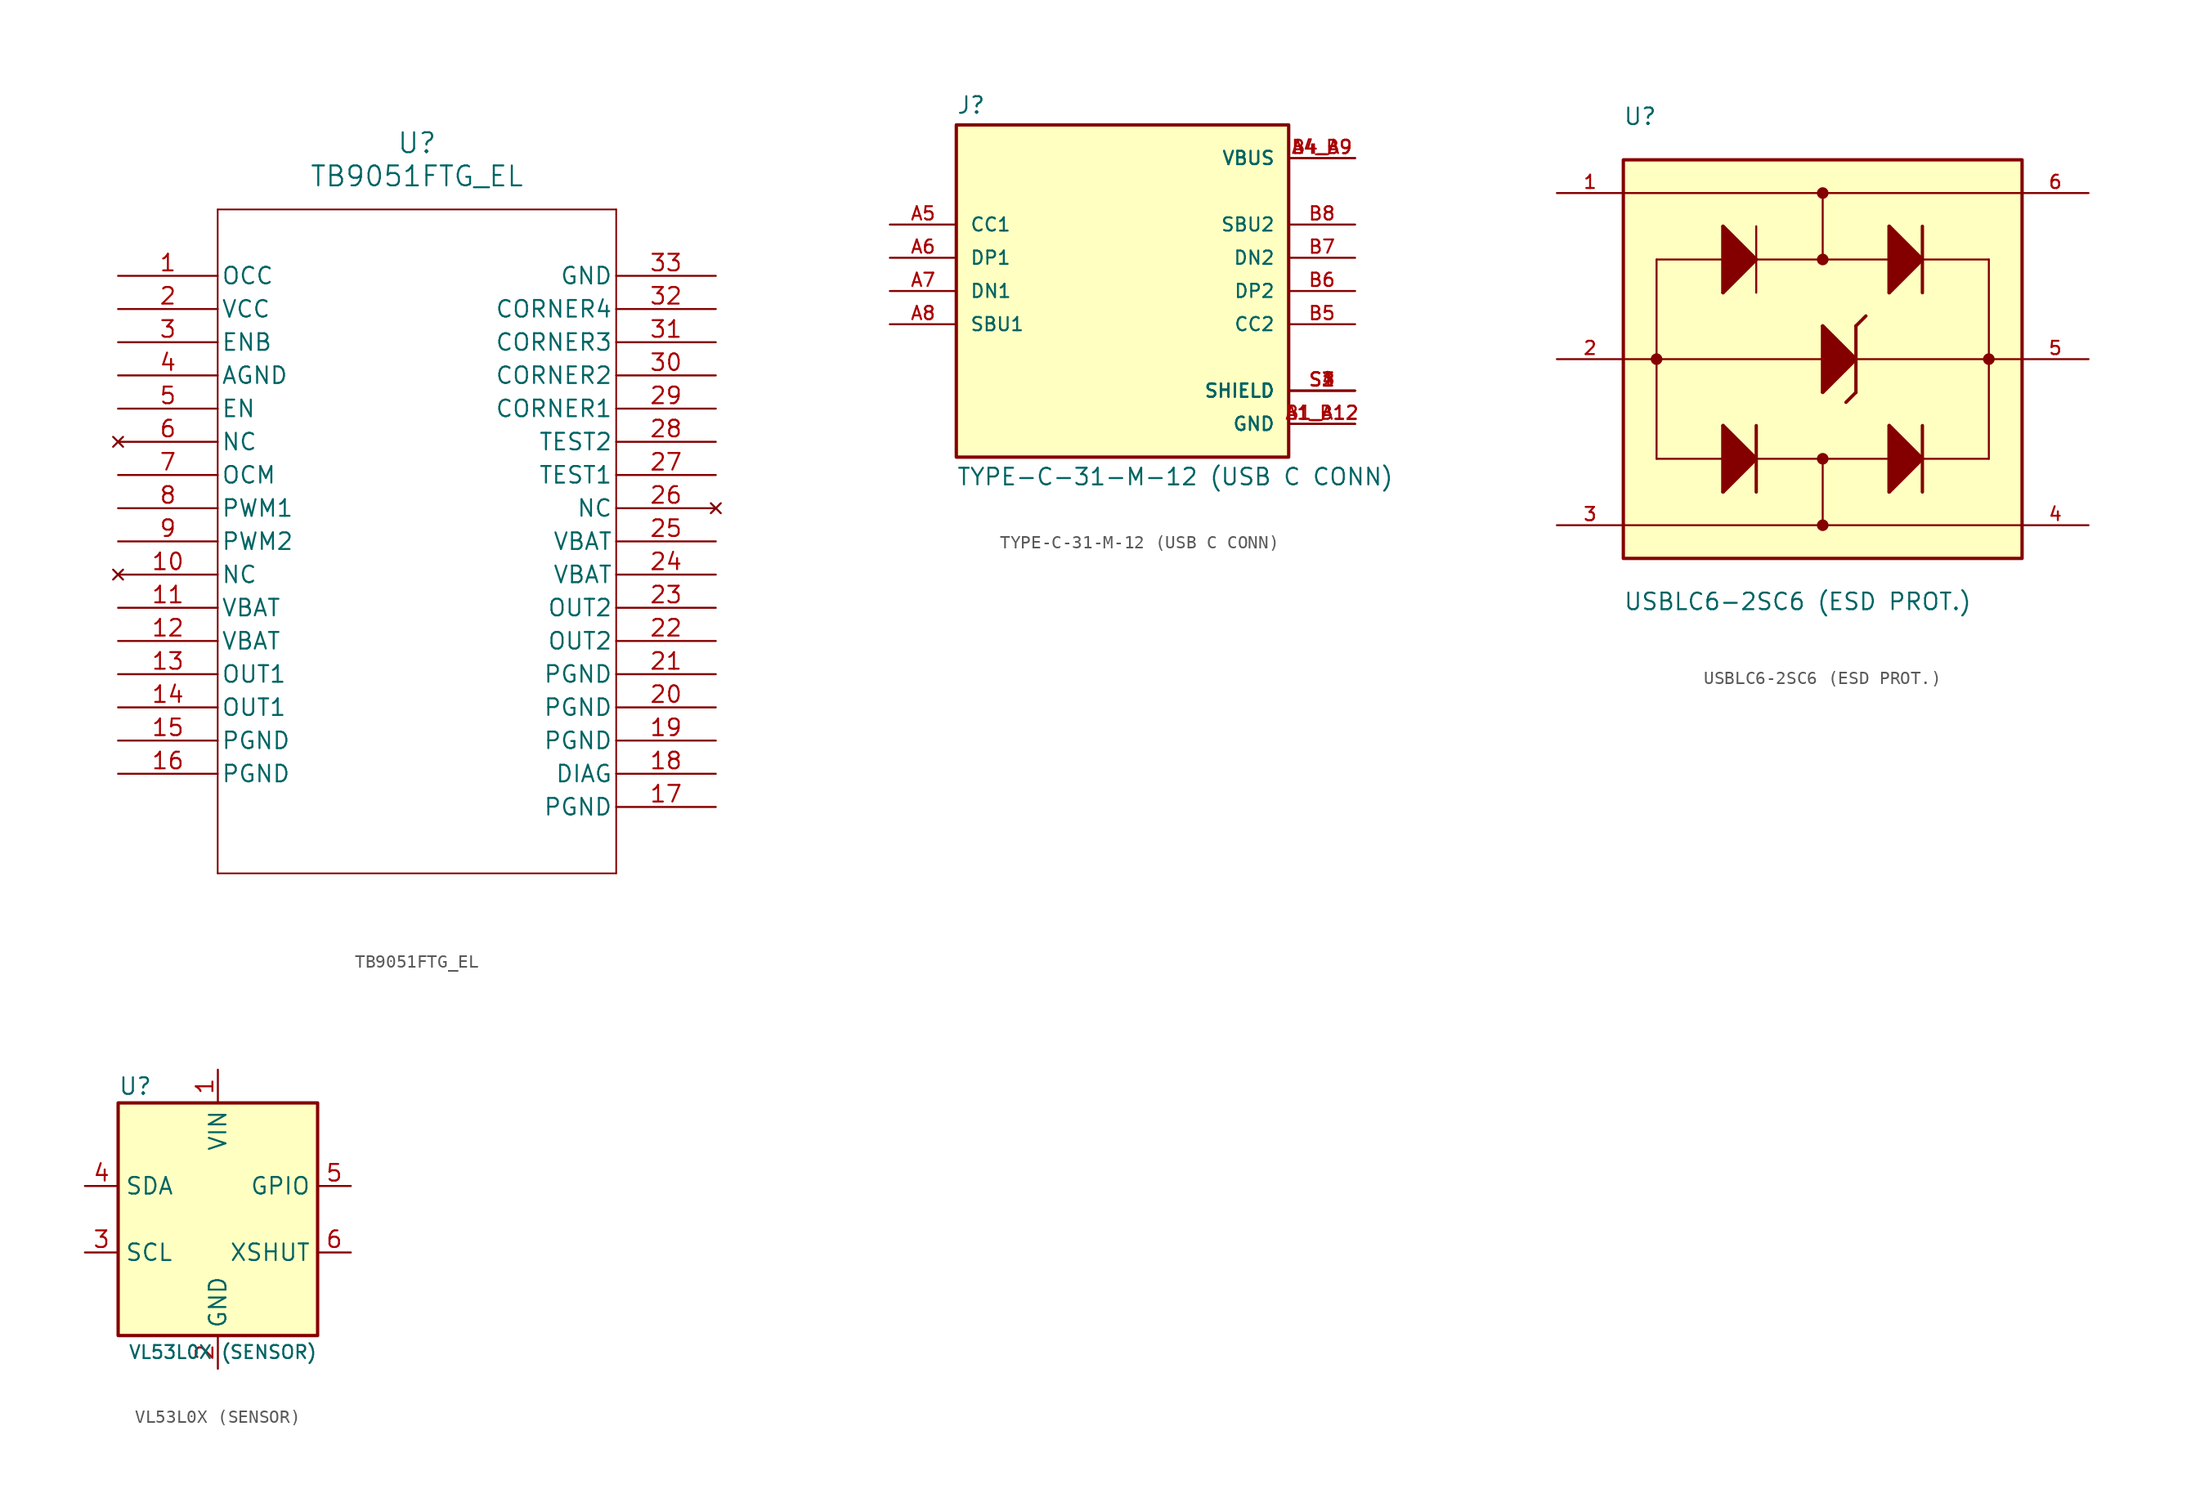
<source format=kicad_sym>
(kicad_symbol_lib
  (version 20220914)
  (generator kicad_symbol_editor)
  (symbol "TB9051FTG_EL"
    (pin_names
      (offset 0.254))
    (property "Reference" "U"
      (at 22.86 10.16 0)
      (effects (font (size 1.524 1.524))))
    (property "Value" "TB9051FTG_EL"
      (at 22.86 7.62 0)
      (effects (font (size 1.524 1.524))))
    (property "ki_locked" ""
      (at 0 0 0)
      (effects (font (size 1.27 1.27))))
    (symbol "TB9051FTG_EL_0_1"
      (polyline (pts (xy 7.62 -45.72) (xy 38.1 -45.72)) (stroke (width 0.127) (type default)) (fill (type none)))
      (polyline (pts (xy 7.62 5.08) (xy 7.62 -45.72)) (stroke (width 0.127) (type default)) (fill (type none)))
      (polyline (pts (xy 38.1 -45.72) (xy 38.1 5.08)) (stroke (width 0.127) (type default)) (fill (type none)))
      (polyline (pts (xy 38.1 5.08) (xy 7.62 5.08)) (stroke (width 0.127) (type default)) (fill (type none)))
      (pin unspecified line (at 0 0 0) (length 7.62) (name "OCC" (effects (font (size 1.27 1.27)))) (number "1" (effects (font (size 1.27 1.27)))))
      (pin no_connect line (at 0 -22.86 0) (length 7.62) (name "NC" (effects (font (size 1.27 1.27)))) (number "10" (effects (font (size 1.27 1.27)))))
      (pin unspecified line (at 0 -25.4 0) (length 7.62) (name "VBAT" (effects (font (size 1.27 1.27)))) (number "11" (effects (font (size 1.27 1.27)))))
      (pin unspecified line (at 0 -27.94 0) (length 7.62) (name "VBAT" (effects (font (size 1.27 1.27)))) (number "12" (effects (font (size 1.27 1.27)))))
      (pin output line (at 0 -30.48 0) (length 7.62) (name "OUT1" (effects (font (size 1.27 1.27)))) (number "13" (effects (font (size 1.27 1.27)))))
      (pin output line (at 0 -33.02 0) (length 7.62) (name "OUT1" (effects (font (size 1.27 1.27)))) (number "14" (effects (font (size 1.27 1.27)))))
      (pin power_out line (at 0 -35.56 0) (length 7.62) (name "PGND" (effects (font (size 1.27 1.27)))) (number "15" (effects (font (size 1.27 1.27)))))
      (pin power_out line (at 0 -38.1 0) (length 7.62) (name "PGND" (effects (font (size 1.27 1.27)))) (number "16" (effects (font (size 1.27 1.27)))))
      (pin power_out line (at 45.72 -40.64 180) (length 7.62) (name "PGND" (effects (font (size 1.27 1.27)))) (number "17" (effects (font (size 1.27 1.27)))))
      (pin unspecified line (at 45.72 -38.1 180) (length 7.62) (name "DIAG" (effects (font (size 1.27 1.27)))) (number "18" (effects (font (size 1.27 1.27)))))
      (pin power_out line (at 45.72 -35.56 180) (length 7.62) (name "PGND" (effects (font (size 1.27 1.27)))) (number "19" (effects (font (size 1.27 1.27)))))
      (pin power_in line (at 0 -2.54 0) (length 7.62) (name "VCC" (effects (font (size 1.27 1.27)))) (number "2" (effects (font (size 1.27 1.27)))))
      (pin power_out line (at 45.72 -33.02 180) (length 7.62) (name "PGND" (effects (font (size 1.27 1.27)))) (number "20" (effects (font (size 1.27 1.27)))))
      (pin power_out line (at 45.72 -30.48 180) (length 7.62) (name "PGND" (effects (font (size 1.27 1.27)))) (number "21" (effects (font (size 1.27 1.27)))))
      (pin output line (at 45.72 -27.94 180) (length 7.62) (name "OUT2" (effects (font (size 1.27 1.27)))) (number "22" (effects (font (size 1.27 1.27)))))
      (pin output line (at 45.72 -25.4 180) (length 7.62) (name "OUT2" (effects (font (size 1.27 1.27)))) (number "23" (effects (font (size 1.27 1.27)))))
      (pin unspecified line (at 45.72 -22.86 180) (length 7.62) (name "VBAT" (effects (font (size 1.27 1.27)))) (number "24" (effects (font (size 1.27 1.27)))))
      (pin unspecified line (at 45.72 -20.32 180) (length 7.62) (name "VBAT" (effects (font (size 1.27 1.27)))) (number "25" (effects (font (size 1.27 1.27)))))
      (pin no_connect line (at 45.72 -17.78 180) (length 7.62) (name "NC" (effects (font (size 1.27 1.27)))) (number "26" (effects (font (size 1.27 1.27)))))
      (pin bidirectional line (at 45.72 -15.24 180) (length 7.62) (name "TEST1" (effects (font (size 1.27 1.27)))) (number "27" (effects (font (size 1.27 1.27)))))
      (pin bidirectional line (at 45.72 -12.7 180) (length 7.62) (name "TEST2" (effects (font (size 1.27 1.27)))) (number "28" (effects (font (size 1.27 1.27)))))
      (pin power_out line (at 45.72 -10.16 180) (length 7.62) (name "CORNER1" (effects (font (size 1.27 1.27)))) (number "29" (effects (font (size 1.27 1.27)))))
      (pin unspecified line (at 0 -5.08 0) (length 7.62) (name "ENB" (effects (font (size 1.27 1.27)))) (number "3" (effects (font (size 1.27 1.27)))))
      (pin power_out line (at 45.72 -7.62 180) (length 7.62) (name "CORNER2" (effects (font (size 1.27 1.27)))) (number "30" (effects (font (size 1.27 1.27)))))
      (pin power_out line (at 45.72 -5.08 180) (length 7.62) (name "CORNER3" (effects (font (size 1.27 1.27)))) (number "31" (effects (font (size 1.27 1.27)))))
      (pin power_out line (at 45.72 -2.54 180) (length 7.62) (name "CORNER4" (effects (font (size 1.27 1.27)))) (number "32" (effects (font (size 1.27 1.27)))))
      (pin power_out line (at 45.72 0 180) (length 7.62) (name "GND" (effects (font (size 1.27 1.27)))) (number "33" (effects (font (size 1.27 1.27)))))
      (pin power_out line (at 0 -7.62 0) (length 7.62) (name "AGND" (effects (font (size 1.27 1.27)))) (number "4" (effects (font (size 1.27 1.27)))))
      (pin unspecified line (at 0 -10.16 0) (length 7.62) (name "EN" (effects (font (size 1.27 1.27)))) (number "5" (effects (font (size 1.27 1.27)))))
      (pin no_connect line (at 0 -12.7 0) (length 7.62) (name "NC" (effects (font (size 1.27 1.27)))) (number "6" (effects (font (size 1.27 1.27)))))
      (pin unspecified line (at 0 -15.24 0) (length 7.62) (name "OCM" (effects (font (size 1.27 1.27)))) (number "7" (effects (font (size 1.27 1.27)))))
      (pin bidirectional line (at 0 -17.78 0) (length 7.62) (name "PWM1" (effects (font (size 1.27 1.27)))) (number "8" (effects (font (size 1.27 1.27)))))
      (pin bidirectional line (at 0 -20.32 0) (length 7.62) (name "PWM2" (effects (font (size 1.27 1.27)))) (number "9" (effects (font (size 1.27 1.27)))))))
  (symbol "TYPE-C-31-M-12 (USB C CONN)"
    (pin_names
      (offset 1.016))
    (property "Reference" "J"
      (at -12.7 13.462 0)
      (effects (font (size 1.27 1.27)) (justify left bottom)))
    (property "Value" "TYPE-C-31-M-12 (USB C CONN)"
      (at -12.7 -13.462 0)
      (effects (font (size 1.27 1.27)) (justify left top)))
    (symbol "TYPE-C-31-M-12 (USB C CONN)_0_0"
      (rectangle (start -12.7 -12.7) (end 12.7 12.7) (stroke (width 0.254) (type default)) (fill (type background)))
      (pin power_in line (at 17.78 -10.16 180) (length 5.08) (name "GND" (effects (font (size 1.016 1.016)))) (number "A1_B12" (effects (font (size 1.016 1.016)))))
      (pin power_in line (at 17.78 10.16 180) (length 5.08) (name "VBUS" (effects (font (size 1.016 1.016)))) (number "A4_B9" (effects (font (size 1.016 1.016)))))
      (pin bidirectional line (at -17.78 5.08 0) (length 5.08) (name "CC1" (effects (font (size 1.016 1.016)))) (number "A5" (effects (font (size 1.016 1.016)))))
      (pin bidirectional line (at -17.78 2.54 0) (length 5.08) (name "DP1" (effects (font (size 1.016 1.016)))) (number "A6" (effects (font (size 1.016 1.016)))))
      (pin bidirectional line (at -17.78 0 0) (length 5.08) (name "DN1" (effects (font (size 1.016 1.016)))) (number "A7" (effects (font (size 1.016 1.016)))))
      (pin bidirectional line (at -17.78 -2.54 0) (length 5.08) (name "SBU1" (effects (font (size 1.016 1.016)))) (number "A8" (effects (font (size 1.016 1.016)))))
      (pin power_in line (at 17.78 -10.16 180) (length 5.08) (name "GND" (effects (font (size 1.016 1.016)))) (number "B1_A12" (effects (font (size 1.016 1.016)))))
      (pin power_in line (at 17.78 10.16 180) (length 5.08) (name "VBUS" (effects (font (size 1.016 1.016)))) (number "B4_A9" (effects (font (size 1.016 1.016)))))
      (pin bidirectional line (at 17.78 -2.54 180) (length 5.08) (name "CC2" (effects (font (size 1.016 1.016)))) (number "B5" (effects (font (size 1.016 1.016)))))
      (pin bidirectional line (at 17.78 0 180) (length 5.08) (name "DP2" (effects (font (size 1.016 1.016)))) (number "B6" (effects (font (size 1.016 1.016)))))
      (pin bidirectional line (at 17.78 2.54 180) (length 5.08) (name "DN2" (effects (font (size 1.016 1.016)))) (number "B7" (effects (font (size 1.016 1.016)))))
      (pin bidirectional line (at 17.78 5.08 180) (length 5.08) (name "SBU2" (effects (font (size 1.016 1.016)))) (number "B8" (effects (font (size 1.016 1.016)))))
      (pin passive line (at 17.78 -7.62 180) (length 5.08) (name "SHIELD" (effects (font (size 1.016 1.016)))) (number "S1" (effects (font (size 1.016 1.016)))))
      (pin passive line (at 17.78 -7.62 180) (length 5.08) (name "SHIELD" (effects (font (size 1.016 1.016)))) (number "S2" (effects (font (size 1.016 1.016)))))
      (pin passive line (at 17.78 -7.62 180) (length 5.08) (name "SHIELD" (effects (font (size 1.016 1.016)))) (number "S3" (effects (font (size 1.016 1.016)))))
      (pin passive line (at 17.78 -7.62 180) (length 5.08) (name "SHIELD" (effects (font (size 1.016 1.016)))) (number "S4" (effects (font (size 1.016 1.016)))))))
  (symbol "USBLC6-2SC6 (ESD PROT.)"
    (pin_names
      (offset 1.016))
    (property "Reference" "U"
      (at -15.269 17.809 0)
      (effects (font (size 1.27 1.27)) (justify left bottom)))
    (property "Value" "USBLC6-2SC6 (ESD PROT.)"
      (at -15.256 -17.796 0)
      (effects (font (size 1.27 1.27)) (justify left top)))
    (symbol "USBLC6-2SC6 (ESD PROT.)_0_0"
      (rectangle (start -15.24 -15.24) (end 15.24 15.24) (stroke (width 0.254) (type default)) (fill (type background)))
      (circle (center -12.7 0) (radius 0.254) (stroke (width 0.381) (type default)) (fill (type none)))
      (circle (center 0 -12.7) (radius 0.254) (stroke (width 0.381) (type default)) (fill (type none)))
      (circle (center 0 -7.62) (radius 0.254) (stroke (width 0.381) (type default)) (fill (type none)))
      (polyline (pts (xy -15.24 -12.7) (xy 0 -12.7)) (stroke (width 0.152) (type default)) (fill (type none)))
      (polyline (pts (xy -15.24 12.7) (xy 0 12.7)) (stroke (width 0.152) (type default)) (fill (type none)))
      (polyline (pts (xy -12.7 -7.62) (xy -7.62 -7.62)) (stroke (width 0.152) (type default)) (fill (type none)))
      (polyline (pts (xy -12.7 0) (xy -15.24 0)) (stroke (width 0.152) (type default)) (fill (type none)))
      (polyline (pts (xy -12.7 0) (xy -12.7 -7.62)) (stroke (width 0.152) (type default)) (fill (type none)))
      (polyline (pts (xy -12.7 0) (xy 0 0)) (stroke (width 0.152) (type default)) (fill (type none)))
      (polyline (pts (xy -12.7 7.62) (xy -12.7 0)) (stroke (width 0.152) (type default)) (fill (type none)))
      (polyline (pts (xy -12.7 7.62) (xy -7.62 7.62)) (stroke (width 0.152) (type default)) (fill (type none)))
      (polyline (pts (xy -7.62 -10.16) (xy -7.62 -7.62)) (stroke (width 0.254) (type default)) (fill (type none)))
      (polyline (pts (xy -7.62 -7.62) (xy -7.62 -5.08)) (stroke (width 0.254) (type default)) (fill (type none)))
      (polyline (pts (xy -7.62 -5.08) (xy -5.08 -7.62)) (stroke (width 0.254) (type default)) (fill (type none)))
      (polyline (pts (xy -7.62 5.08) (xy -7.62 7.62)) (stroke (width 0.254) (type default)) (fill (type none)))
      (polyline (pts (xy -7.62 7.62) (xy -7.62 10.16)) (stroke (width 0.254) (type default)) (fill (type none)))
      (polyline (pts (xy -7.62 10.16) (xy -5.08 7.62)) (stroke (width 0.254) (type default)) (fill (type none)))
      (polyline (pts (xy -5.08 -7.62) (xy -7.62 -10.16)) (stroke (width 0.254) (type default)) (fill (type none)))
      (polyline (pts (xy -5.08 -7.62) (xy -5.08 -10.16)) (stroke (width 0.254) (type default)) (fill (type none)))
      (polyline (pts (xy -5.08 -7.62) (xy 0 -7.62)) (stroke (width 0.152) (type default)) (fill (type none)))
      (polyline (pts (xy -5.08 -5.08) (xy -5.08 -7.62)) (stroke (width 0.254) (type default)) (fill (type none)))
      (polyline (pts (xy -5.08 7.62) (xy -7.62 5.08)) (stroke (width 0.254) (type default)) (fill (type none)))
      (polyline (pts (xy -5.08 7.62) (xy -5.08 5.08)) (stroke (width 0.152) (type default)) (fill (type none)))
      (polyline (pts (xy -5.08 7.62) (xy 0 7.62)) (stroke (width 0.152) (type default)) (fill (type none)))
      (polyline (pts (xy -5.08 10.16) (xy -5.08 7.62)) (stroke (width 0.152) (type default)) (fill (type none)))
      (polyline (pts (xy 0 -7.62) (xy 0 -12.7)) (stroke (width 0.152) (type default)) (fill (type none)))
      (polyline (pts (xy 0 -7.62) (xy 5.08 -7.62)) (stroke (width 0.152) (type default)) (fill (type none)))
      (polyline (pts (xy 0 -2.54) (xy 0 0)) (stroke (width 0.254) (type default)) (fill (type none)))
      (polyline (pts (xy 0 0) (xy 0 2.54)) (stroke (width 0.254) (type default)) (fill (type none)))
      (polyline (pts (xy 0 2.54) (xy 2.54 0)) (stroke (width 0.254) (type default)) (fill (type none)))
      (polyline (pts (xy 0 7.62) (xy 0 12.7)) (stroke (width 0.152) (type default)) (fill (type none)))
      (polyline (pts (xy 0 7.62) (xy 5.08 7.62)) (stroke (width 0.152) (type default)) (fill (type none)))
      (polyline (pts (xy 0 12.7) (xy 15.24 12.7)) (stroke (width 0.152) (type default)) (fill (type none)))
      (polyline (pts (xy 2.54 -2.54) (xy 1.778 -3.302)) (stroke (width 0.254) (type default)) (fill (type none)))
      (polyline (pts (xy 2.54 0) (xy 0 -2.54)) (stroke (width 0.254) (type default)) (fill (type none)))
      (polyline (pts (xy 2.54 0) (xy 12.7 0)) (stroke (width 0.152) (type default)) (fill (type none)))
      (polyline (pts (xy 2.54 2.54) (xy 2.54 -2.54)) (stroke (width 0.254) (type default)) (fill (type none)))
      (polyline (pts (xy 2.54 2.54) (xy 3.302 3.302)) (stroke (width 0.254) (type default)) (fill (type none)))
      (polyline (pts (xy 5.08 -10.16) (xy 5.08 -7.62)) (stroke (width 0.254) (type default)) (fill (type none)))
      (polyline (pts (xy 5.08 -7.62) (xy 5.08 -5.08)) (stroke (width 0.254) (type default)) (fill (type none)))
      (polyline (pts (xy 5.08 -5.08) (xy 7.62 -7.62)) (stroke (width 0.254) (type default)) (fill (type none)))
      (polyline (pts (xy 5.08 5.08) (xy 5.08 7.62)) (stroke (width 0.254) (type default)) (fill (type none)))
      (polyline (pts (xy 5.08 7.62) (xy 5.08 10.16)) (stroke (width 0.254) (type default)) (fill (type none)))
      (polyline (pts (xy 5.08 10.16) (xy 7.62 7.62)) (stroke (width 0.254) (type default)) (fill (type none)))
      (polyline (pts (xy 7.62 -7.62) (xy 5.08 -10.16)) (stroke (width 0.254) (type default)) (fill (type none)))
      (polyline (pts (xy 7.62 -7.62) (xy 7.62 -10.16)) (stroke (width 0.254) (type default)) (fill (type none)))
      (polyline (pts (xy 7.62 -7.62) (xy 12.7 -7.62)) (stroke (width 0.152) (type default)) (fill (type none)))
      (polyline (pts (xy 7.62 -5.08) (xy 7.62 -7.62)) (stroke (width 0.254) (type default)) (fill (type none)))
      (polyline (pts (xy 7.62 7.62) (xy 5.08 5.08)) (stroke (width 0.254) (type default)) (fill (type none)))
      (polyline (pts (xy 7.62 7.62) (xy 7.62 5.08)) (stroke (width 0.254) (type default)) (fill (type none)))
      (polyline (pts (xy 7.62 7.62) (xy 12.7 7.62)) (stroke (width 0.152) (type default)) (fill (type none)))
      (polyline (pts (xy 7.62 10.16) (xy 7.62 7.62)) (stroke (width 0.254) (type default)) (fill (type none)))
      (polyline (pts (xy 12.7 0) (xy 12.7 -7.62)) (stroke (width 0.152) (type default)) (fill (type none)))
      (polyline (pts (xy 12.7 0) (xy 15.24 0)) (stroke (width 0.152) (type default)) (fill (type none)))
      (polyline (pts (xy 12.7 7.62) (xy 12.7 0)) (stroke (width 0.152) (type default)) (fill (type none)))
      (polyline (pts (xy 15.24 -12.7) (xy 0 -12.7)) (stroke (width 0.152) (type default)) (fill (type none)))
      (polyline (pts (xy -7.62 -5.08) (xy -7.62 -10.16) (xy -5.08 -7.62) (xy -7.62 -5.08)) (stroke (width 0.254) (type default)) (fill (type outline)))
      (polyline (pts (xy -7.62 10.16) (xy -7.62 5.08) (xy -5.08 7.62) (xy -7.62 10.16)) (stroke (width 0.254) (type default)) (fill (type outline)))
      (polyline (pts (xy 0 2.54) (xy 0 -2.54) (xy 2.54 0) (xy 0 2.54)) (stroke (width 0.254) (type default)) (fill (type outline)))
      (polyline (pts (xy 5.08 -5.08) (xy 5.08 -10.16) (xy 7.62 -7.62) (xy 5.08 -5.08)) (stroke (width 0.254) (type default)) (fill (type outline)))
      (polyline (pts (xy 5.08 10.16) (xy 5.08 5.08) (xy 7.62 7.62) (xy 5.08 10.16)) (stroke (width 0.254) (type default)) (fill (type outline)))
      (circle (center 0 7.62) (radius 0.254) (stroke (width 0.381) (type default)) (fill (type none)))
      (circle (center 0 12.7) (radius 0.254) (stroke (width 0.381) (type default)) (fill (type none)))
      (circle (center 12.7 0) (radius 0.254) (stroke (width 0.381) (type default)) (fill (type none)))
      (pin bidirectional line (at -20.32 12.7 0) (length 5.08) (name "~" (effects (font (size 1.016 1.016)))) (number "1" (effects (font (size 1.016 1.016)))))
      (pin power_in line (at -20.32 0 0) (length 5.08) (name "~" (effects (font (size 1.016 1.016)))) (number "2" (effects (font (size 1.016 1.016)))))
      (pin bidirectional line (at -20.32 -12.7 0) (length 5.08) (name "~" (effects (font (size 1.016 1.016)))) (number "3" (effects (font (size 1.016 1.016)))))
      (pin bidirectional line (at 20.32 -12.7 180) (length 5.08) (name "~" (effects (font (size 1.016 1.016)))) (number "4" (effects (font (size 1.016 1.016)))))
      (pin power_in line (at 20.32 0 180) (length 5.08) (name "~" (effects (font (size 1.016 1.016)))) (number "5" (effects (font (size 1.016 1.016)))))
      (pin bidirectional line (at 20.32 12.7 180) (length 5.08) (name "~" (effects (font (size 1.016 1.016)))) (number "6" (effects (font (size 1.016 1.016)))))))
  (symbol "VL53L0X (SENSOR)"
    (property "Reference" "U"
      (at -7.62 10.16 0)
      (do_not_autoplace)
      (effects (font (size 1.27 1.27)) (justify left)))
    (property "Value" "VL53L0X (SENSOR)"
      (at 7.62 -10.16 0)
      (do_not_autoplace)
      (effects (font (size 1 1)) (justify right)))
    (symbol "VL53L0X (SENSOR)_0_1"
      (rectangle (start -7.62 8.89) (end 7.62 -8.89) (stroke (width 0.254) (type default)) (fill (type background))))
    (symbol "VL53L0X (SENSOR)_1_1"
      (pin power_in line (at 0 11.43 270) (length 2.54) (name "VIN" (effects (font (size 1.27 1.27)))) (number "1" (effects (font (size 1.27 1.27)))))
      (pin power_in line (at 0 -11.43 90) (length 2.54) (name "GND" (effects (font (size 1.27 1.27)))) (number "2" (effects (font (size 1.27 1.27)))))
      (pin input line (at -10.16 -2.54 0) (length 2.54) (name "SCL" (effects (font (size 1.27 1.27)))) (number "3" (effects (font (size 1.27 1.27)))))
      (pin bidirectional line (at -10.16 2.54 0) (length 2.54) (name "SDA" (effects (font (size 1.27 1.27)))) (number "4" (effects (font (size 1.27 1.27)))))
      (pin open_collector line (at 10.16 2.54 180) (length 2.54) (name "GPIO" (effects (font (size 1.27 1.27)))) (number "5" (effects (font (size 1.27 1.27)))))
      (pin input line (at 10.16 -2.54 180) (length 2.54) (name "XSHUT" (effects (font (size 1.27 1.27)))) (number "6" (effects (font (size 1.27 1.27))))))))
</source>
